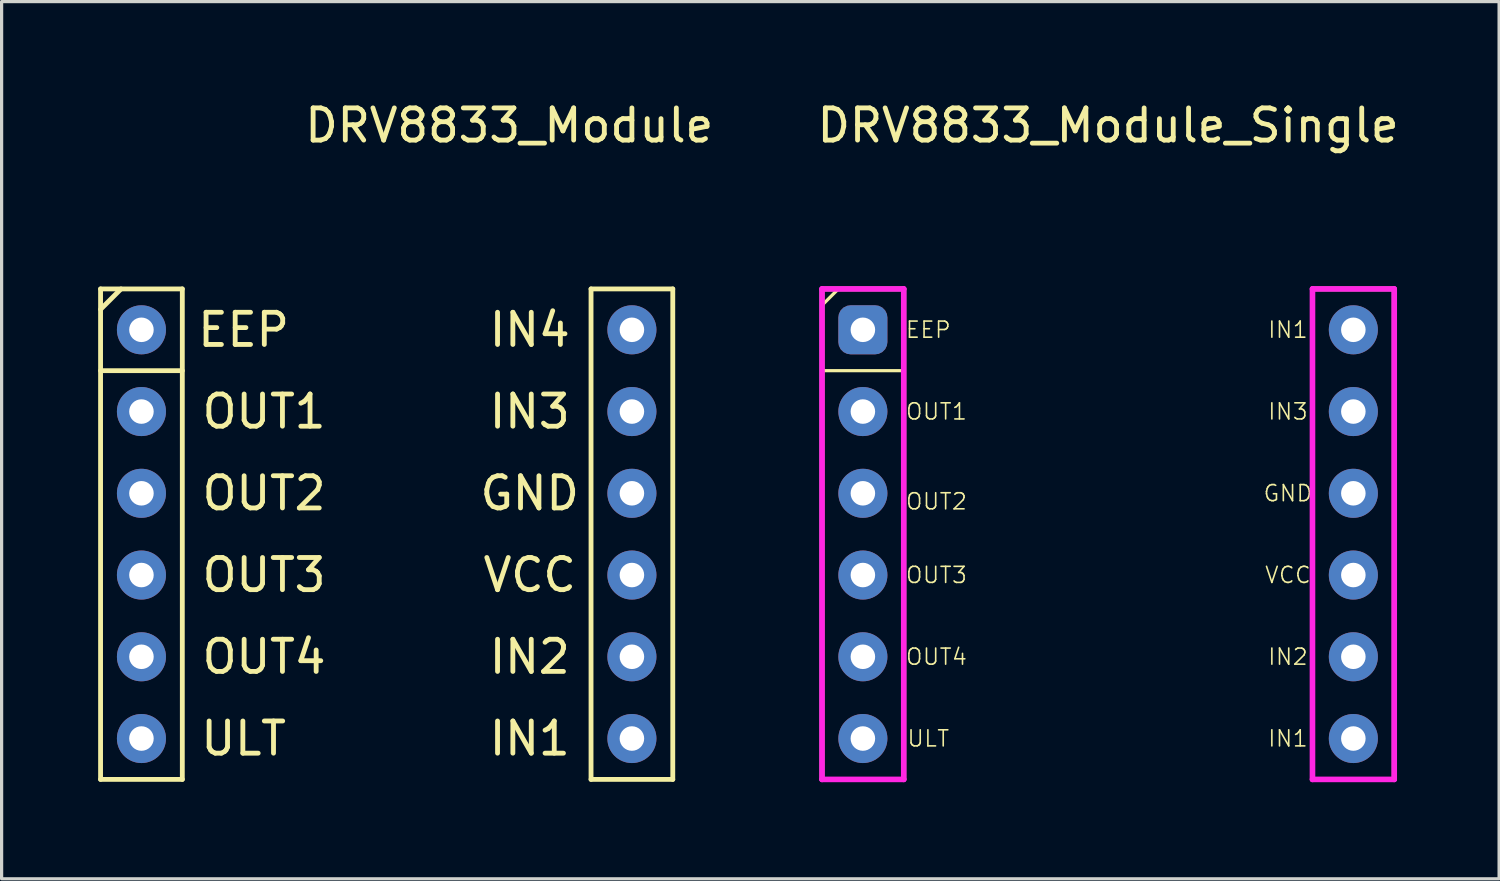
<source format=kicad_pcb>
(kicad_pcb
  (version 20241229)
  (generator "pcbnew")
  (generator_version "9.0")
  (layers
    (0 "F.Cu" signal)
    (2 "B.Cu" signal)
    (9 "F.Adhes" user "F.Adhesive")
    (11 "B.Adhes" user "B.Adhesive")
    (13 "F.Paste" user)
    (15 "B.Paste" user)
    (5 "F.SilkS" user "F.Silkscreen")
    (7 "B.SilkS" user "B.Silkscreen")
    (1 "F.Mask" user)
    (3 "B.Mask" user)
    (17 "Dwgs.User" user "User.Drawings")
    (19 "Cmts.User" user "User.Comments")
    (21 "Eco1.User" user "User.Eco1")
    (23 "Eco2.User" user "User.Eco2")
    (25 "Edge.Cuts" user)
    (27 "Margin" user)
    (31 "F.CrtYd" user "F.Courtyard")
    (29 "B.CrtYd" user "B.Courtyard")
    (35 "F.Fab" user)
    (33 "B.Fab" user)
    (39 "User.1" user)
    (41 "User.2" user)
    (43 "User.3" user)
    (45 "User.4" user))
  (footprint "DRV8833_Module"
    (layer "F.Cu")
    (at 8.965 13.548)
    (property "Reference" "DRV8833_Module" (at 3.81 -12.7 0) (layer "F.SilkS") (effects (font (size 1 1) (thickness 0.15))))
    (attr through_hole)
    (fp_line (start -8.89 -7.62) (end -8.89 7.62) (stroke (width 0.15) (type solid)) (layer "F.SilkS"))
    (fp_line (start -8.89 -6.985) (end -8.255 -7.62) (stroke (width 0.15) (type solid)) (layer "F.SilkS"))
    (fp_line (start -8.89 7.62) (end -6.35 7.62) (stroke (width 0.15) (type solid)) (layer "F.SilkS"))
    (fp_line (start -6.35 -7.62) (end -8.89 -7.62) (stroke (width 0.15) (type solid)) (layer "F.SilkS"))
    (fp_line (start -6.35 -5.08) (end -8.89 -5.08) (stroke (width 0.15) (type solid)) (layer "F.SilkS"))
    (fp_line (start -6.35 7.62) (end -6.35 -7.62) (stroke (width 0.15) (type solid)) (layer "F.SilkS"))
    (fp_line (start 6.35 -7.62) (end 6.35 7.62) (stroke (width 0.15) (type solid)) (layer "F.SilkS"))
    (fp_line (start 6.35 7.62) (end 8.89 7.62) (stroke (width 0.15) (type solid)) (layer "F.SilkS"))
    (fp_line (start 8.89 -7.62) (end 6.35 -7.62) (stroke (width 0.15) (type solid)) (layer "F.SilkS"))
    (fp_line (start 8.89 7.62) (end 8.89 -7.62) (stroke (width 0.15) (type solid)) (layer "F.SilkS"))
    (fp_text user "GND" (at 4.445 -1.27 0) (layer "F.SilkS") (effects (font (size 1 1) (thickness 0.15))))
    (fp_text user "IN2" (at 4.445 3.81 0) (layer "F.SilkS") (effects (font (size 1 1) (thickness 0.15))))
    (fp_text user "EEP" (at -4.445 -6.35 0) (layer "F.SilkS") (effects (font (size 1 1) (thickness 0.15))))
    (fp_text user "OUT1" (at -3.81 -3.81 0) (layer "F.SilkS") (effects (font (size 1 1) (thickness 0.15))))
    (fp_text user "OUT3" (at -3.81 1.27 0) (layer "F.SilkS") (effects (font (size 1 1) (thickness 0.15))))
    (fp_text user "ULT" (at -4.445 6.35 0) (layer "F.SilkS") (effects (font (size 1 1) (thickness 0.15))))
    (fp_text user "IN1" (at 4.445 6.35 0) (layer "F.SilkS") (effects (font (size 1 1) (thickness 0.15))))
    (fp_text user "IN4" (at 4.445 -6.35 0) (layer "F.SilkS") (effects (font (size 1 1) (thickness 0.15))))
    (fp_text user "OUT2" (at -3.81 -1.27 0) (layer "F.SilkS") (effects (font (size 1 1) (thickness 0.15))))
    (fp_text user "OUT4" (at -3.81 3.81 0) (layer "F.SilkS") (effects (font (size 1 1) (thickness 0.15))))
    (fp_text user "IN3" (at 4.445 -3.81 0) (layer "F.SilkS") (effects (font (size 1 1) (thickness 0.15))))
    (fp_text user "VCC" (at 4.445 1.27 0) (layer "F.SilkS") (effects (font (size 1 1) (thickness 0.15))))
    (pad "1" thru_hole circle (at -7.62 -6.35) (size 1.524 1.524) (drill 0.762) (layers "*.Cu" "*.Mask"))
    (pad "2" thru_hole circle (at -7.62 -3.81) (size 1.524 1.524) (drill 0.762) (layers "*.Cu" "*.Mask"))
    (pad "3" thru_hole circle (at -7.62 -1.27) (size 1.524 1.524) (drill 0.762) (layers "*.Cu" "*.Mask"))
    (pad "4" thru_hole circle (at -7.62 1.27) (size 1.524 1.524) (drill 0.762) (layers "*.Cu" "*.Mask"))
    (pad "5" thru_hole circle (at -7.62 3.81) (size 1.524 1.524) (drill 0.762) (layers "*.Cu" "*.Mask"))
    (pad "6" thru_hole circle (at -7.62 6.35) (size 1.524 1.524) (drill 0.762) (layers "*.Cu" "*.Mask"))
    (pad "7" thru_hole circle (at 7.62 6.35) (size 1.524 1.524) (drill 0.762) (layers "*.Cu" "*.Mask"))
    (pad "8" thru_hole circle (at 7.62 3.81) (size 1.524 1.524) (drill 0.762) (layers "*.Cu" "*.Mask"))
    (pad "9" thru_hole circle (at 7.62 1.27) (size 1.524 1.524) (drill 0.762) (layers "*.Cu" "*.Mask"))
    (pad "10" thru_hole circle (at 7.62 -1.27) (size 1.524 1.524) (drill 0.762) (layers "*.Cu" "*.Mask"))
    (pad "11" thru_hole circle (at 7.62 -3.81) (size 1.524 1.524) (drill 0.762) (layers "*.Cu" "*.Mask"))
    (pad "12" thru_hole circle (at 7.62 -6.35) (size 1.524 1.524) (drill 0.762) (layers "*.Cu" "*.Mask")))
  (footprint "DRV8833_Module_Single"
    (layer "F.Cu")
    (at 31.382 13.548)
    (property "Reference" "DRV8833_Module_Single" (at 0 -12.7 0) (layer "F.SilkS") (effects (font (size 1 1) (thickness 0.15))))
    (attr through_hole)
    (fp_line (start -8.89 -7.62) (end -8.89 7.62) (stroke (width 0.15) (type solid)) (layer "F.SilkS"))
    (fp_line (start -8.89 -7.112) (end -8.382 -7.62) (stroke (width 0.1) (type solid)) (layer "F.SilkS"))
    (fp_line (start -8.89 -5.08) (end -6.35 -5.08) (stroke (width 0.1) (type solid)) (layer "F.SilkS"))
    (fp_line (start -8.89 7.62) (end -6.35 7.62) (stroke (width 0.15) (type solid)) (layer "F.SilkS"))
    (fp_line (start -6.35 -7.62) (end -8.89 -7.62) (stroke (width 0.15) (type solid)) (layer "F.SilkS"))
    (fp_line (start -6.35 7.62) (end -6.35 -7.62) (stroke (width 0.15) (type solid)) (layer "F.SilkS"))
    (fp_line (start 6.35 -7.62) (end 6.35 7.62) (stroke (width 0.15) (type solid)) (layer "F.SilkS"))
    (fp_line (start 6.35 7.62) (end 8.89 7.62) (stroke (width 0.15) (type solid)) (layer "F.SilkS"))
    (fp_line (start 8.89 -7.62) (end 6.35 -7.62) (stroke (width 0.15) (type solid)) (layer "F.SilkS"))
    (fp_line (start 8.89 7.62) (end 8.89 -7.62) (stroke (width 0.15) (type solid)) (layer "F.SilkS"))
    (fp_line (start -8.89 -7.62) (end -6.35 -7.62) (stroke (width 0.175) (type solid)) (layer "F.CrtYd"))
    (fp_line (start -8.89 7.62) (end -8.89 -7.62) (stroke (width 0.175) (type solid)) (layer "F.CrtYd"))
    (fp_line (start -6.35 -7.62) (end -6.35 7.62) (stroke (width 0.175) (type solid)) (layer "F.CrtYd"))
    (fp_line (start -6.35 7.62) (end -8.89 7.62) (stroke (width 0.175) (type solid)) (layer "F.CrtYd"))
    (fp_line (start 6.35 -7.62) (end 6.35 7.62) (stroke (width 0.175) (type solid)) (layer "F.CrtYd"))
    (fp_line (start 6.35 7.62) (end 8.89 7.62) (stroke (width 0.175) (type solid)) (layer "F.CrtYd"))
    (fp_line (start 8.89 -7.62) (end 6.35 -7.62) (stroke (width 0.175) (type solid)) (layer "F.CrtYd"))
    (fp_line (start 8.89 7.62) (end 8.89 -7.62) (stroke (width 0.175) (type solid)) (layer "F.CrtYd"))
    (fp_text user "OUT2" (at -5.334 -1.016 0) (layer "F.SilkS") (effects (font (size 0.5 0.5) (thickness 0.05))))
    (fp_text user "EEP" (at -5.588 -6.35 0) (layer "F.SilkS") (effects (font (size 0.5 0.5) (thickness 0.05))))
    (fp_text user "IN3" (at 5.588 -3.81 0) (layer "F.SilkS") (effects (font (size 0.5 0.5) (thickness 0.05))))
    (fp_text user "GND" (at 5.588 -1.27 0) (layer "F.SilkS") (effects (font (size 0.5 0.5) (thickness 0.05))))
    (fp_text user "IN1" (at 5.588 6.35 0) (layer "F.SilkS") (effects (font (size 0.5 0.5) (thickness 0.05))))
    (fp_text user "ULT" (at -5.588 6.35 0) (layer "F.SilkS") (effects (font (size 0.5 0.5) (thickness 0.05))))
    (fp_text user "OUT1" (at -5.334 -3.81 0) (layer "F.SilkS") (effects (font (size 0.5 0.5) (thickness 0.05))))
    (fp_text user "OUT3" (at -5.334 1.27 0) (layer "F.SilkS") (effects (font (size 0.5 0.5) (thickness 0.05))))
    (fp_text user "OUT4" (at -5.334 3.81 0) (layer "F.SilkS") (effects (font (size 0.5 0.5) (thickness 0.05))))
    (fp_text user "IN1" (at 5.588 -6.35 0) (layer "F.SilkS") (effects (font (size 0.5 0.5) (thickness 0.05))))
    (fp_text user "VCC" (at 5.588 1.27 0) (layer "F.SilkS") (effects (font (size 0.5 0.5) (thickness 0.05))))
    (fp_text user "IN2" (at 5.588 3.81 0) (layer "F.SilkS") (effects (font (size 0.5 0.5) (thickness 0.05))))
    (pad "1" thru_hole roundrect (at -7.62 -6.35) (size 1.524 1.524) (drill 0.762) (layers "*.Cu" "*.Mask") (roundrect_rratio 0.25))
    (pad "2" thru_hole circle (at -7.62 -3.81) (size 1.524 1.524) (drill 0.762) (layers "*.Cu" "*.Mask"))
    (pad "3" thru_hole circle (at -7.62 -1.27) (size 1.524 1.524) (drill 0.762) (layers "*.Cu" "*.Mask"))
    (pad "4" thru_hole circle (at -7.62 1.27) (size 1.524 1.524) (drill 0.762) (layers "*.Cu" "*.Mask"))
    (pad "5" thru_hole circle (at -7.62 3.81) (size 1.524 1.524) (drill 0.762) (layers "*.Cu" "*.Mask"))
    (pad "6" thru_hole circle (at -7.62 6.35) (size 1.524 1.524) (drill 0.762) (layers "*.Cu" "*.Mask"))
    (pad "19" thru_hole circle (at 7.62 6.35) (size 1.524 1.524) (drill 0.762) (layers "*.Cu" "*.Mask"))
    (pad "20" thru_hole circle (at 7.62 3.81) (size 1.524 1.524) (drill 0.762) (layers "*.Cu" "*.Mask"))
    (pad "21" thru_hole circle (at 7.62 1.27) (size 1.524 1.524) (drill 0.762) (layers "*.Cu" "*.Mask"))
    (pad "22" thru_hole circle (at 7.62 -1.27) (size 1.524 1.524) (drill 0.762) (layers "*.Cu" "*.Mask"))
    (pad "23" thru_hole circle (at 7.62 -3.81) (size 1.524 1.524) (drill 0.762) (layers "*.Cu" "*.Mask"))
    (pad "24" thru_hole circle (at 7.62 -6.35) (size 1.524 1.524) (drill 0.762) (layers "*.Cu" "*.Mask")))
  (gr_rect
    (start -3 -3)
    (end 43.531 24.256)
    (stroke (width 0.1) (type default))
    (fill no)
    (layer "Edge.Cuts")))
</source>
